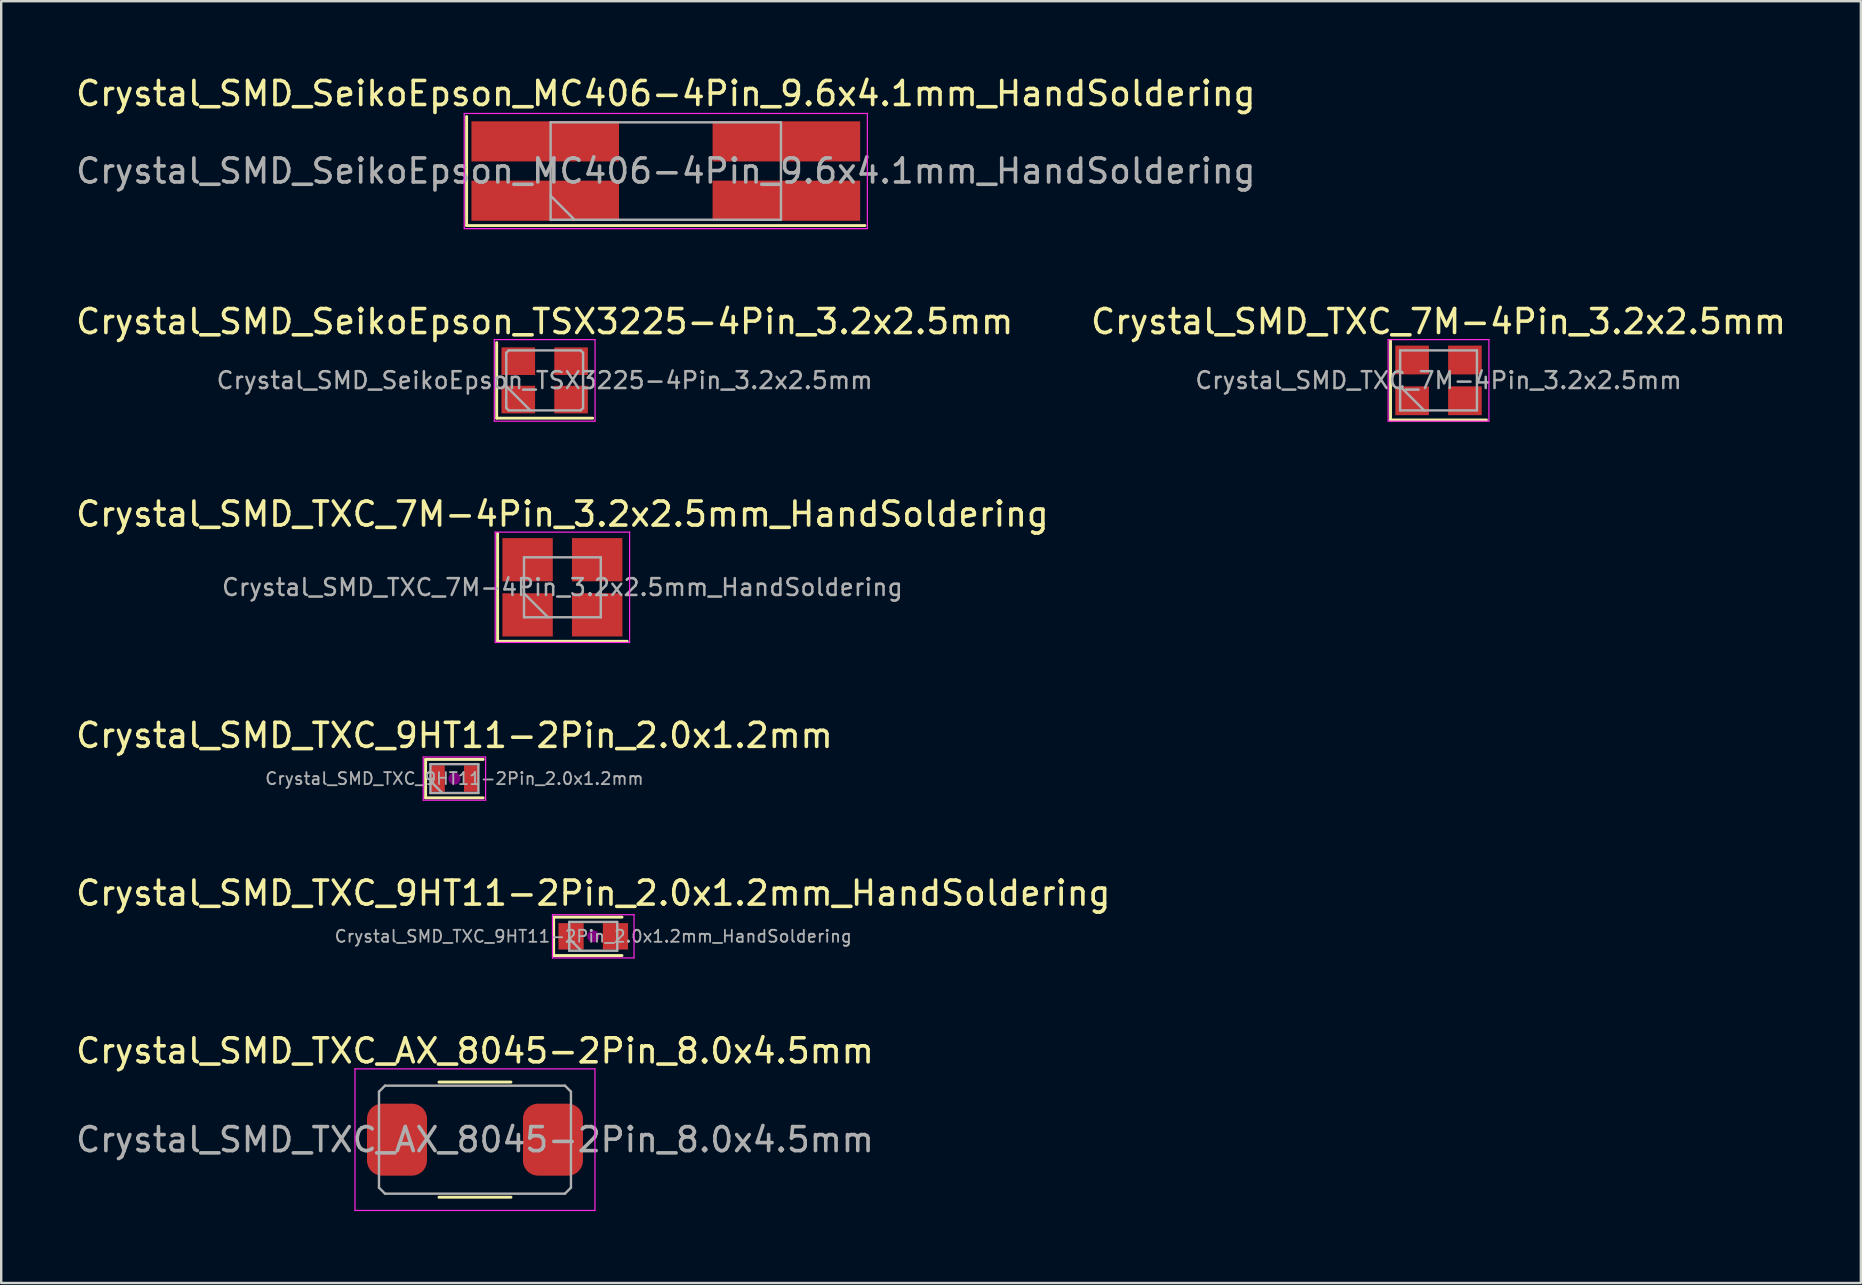
<source format=kicad_pcb>
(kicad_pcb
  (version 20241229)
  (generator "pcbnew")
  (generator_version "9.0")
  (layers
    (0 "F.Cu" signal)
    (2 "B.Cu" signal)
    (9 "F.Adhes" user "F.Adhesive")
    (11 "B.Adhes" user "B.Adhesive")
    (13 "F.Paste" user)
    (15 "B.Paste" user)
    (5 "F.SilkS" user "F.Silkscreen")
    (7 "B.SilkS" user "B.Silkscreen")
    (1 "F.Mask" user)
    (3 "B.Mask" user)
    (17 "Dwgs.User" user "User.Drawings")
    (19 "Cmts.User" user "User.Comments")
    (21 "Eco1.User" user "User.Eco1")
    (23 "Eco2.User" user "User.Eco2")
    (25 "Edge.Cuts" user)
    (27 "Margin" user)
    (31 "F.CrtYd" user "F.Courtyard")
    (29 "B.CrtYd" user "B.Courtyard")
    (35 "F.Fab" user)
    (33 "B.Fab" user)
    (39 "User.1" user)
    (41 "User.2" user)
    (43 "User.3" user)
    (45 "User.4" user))
  (footprint "Crystal_SMD_TXC_AX_8045-2Pin_8.0x4.5mm"
    (layer "F.Cu")
    (at 16.744 44.444)
    (property "Reference" "Crystal_SMD_TXC_AX_8045-2Pin_8.0x4.5mm" (at 0 -3.7 0) (layer "F.SilkS") (effects (font (size 1 1) (thickness 0.15))))
    (attr smd)
    (fp_line (start -1.5 2.4) (end 1.5 2.4) (stroke (width 0.12) (type solid)) (layer "F.SilkS"))
    (fp_line (start 1.5 -2.4) (end -1.5 -2.4) (stroke (width 0.12) (type solid)) (layer "F.SilkS"))
    (fp_line (start -5 -2.95) (end -5 2.95) (stroke (width 0.05) (type solid)) (layer "F.CrtYd"))
    (fp_line (start -5 2.95) (end 5 2.95) (stroke (width 0.05) (type solid)) (layer "F.CrtYd"))
    (fp_line (start 5 -2.95) (end -5 -2.95) (stroke (width 0.05) (type solid)) (layer "F.CrtYd"))
    (fp_line (start 5 2.95) (end 5 -2.95) (stroke (width 0.05) (type solid)) (layer "F.CrtYd"))
    (fp_line (start -4 -2) (end -3.75 -2.25) (stroke (width 0.1) (type solid)) (layer "F.Fab"))
    (fp_line (start -4 2) (end -4 -2) (stroke (width 0.1) (type solid)) (layer "F.Fab"))
    (fp_line (start -3.75 -2.25) (end 3.75 -2.25) (stroke (width 0.1) (type solid)) (layer "F.Fab"))
    (fp_line (start -3.75 2.25) (end -4 2) (stroke (width 0.1) (type solid)) (layer "F.Fab"))
    (fp_line (start 3.75 -2.25) (end 4 -2) (stroke (width 0.1) (type solid)) (layer "F.Fab"))
    (fp_line (start 3.75 2.25) (end -3.75 2.25) (stroke (width 0.1) (type solid)) (layer "F.Fab"))
    (fp_line (start 3.75 2.25) (end 4 2) (stroke (width 0.1) (type solid)) (layer "F.Fab"))
    (fp_line (start 4 -2) (end 4 2) (stroke (width 0.1) (type solid)) (layer "F.Fab"))
    (fp_text user "${REFERENCE}" (at 0 0 0) (layer "F.Fab") (effects (font (size 1 1) (thickness 0.15))))
    (pad "1" smd roundrect (at -3.25 0) (size 2.5 3) (layers "F.Cu" "F.Mask" "F.Paste") (roundrect_rratio 0.25))
    (pad "2" smd roundrect (at 3.25 0) (size 2.5 3) (layers "F.Cu" "F.Mask" "F.Paste") (roundrect_rratio 0.25)))
  (footprint "Crystal_SMD_TXC_7M-4Pin_3.2x2.5mm"
    (layer "F.Cu")
    (at 56.899 12.802)
    (property "Reference" "Crystal_SMD_TXC_7M-4Pin_3.2x2.5mm" (at 0 -2.45 0) (layer "F.SilkS") (effects (font (size 1 1) (thickness 0.15))))
    (attr smd)
    (fp_line (start -2 -1.65) (end -2 1.65) (stroke (width 0.12) (type solid)) (layer "F.SilkS"))
    (fp_line (start -2 1.65) (end 2 1.65) (stroke (width 0.12) (type solid)) (layer "F.SilkS"))
    (fp_line (start -2.1 -1.7) (end -2.1 1.7) (stroke (width 0.05) (type solid)) (layer "F.CrtYd"))
    (fp_line (start -2.1 1.7) (end 2.1 1.7) (stroke (width 0.05) (type solid)) (layer "F.CrtYd"))
    (fp_line (start 2.1 -1.7) (end -2.1 -1.7) (stroke (width 0.05) (type solid)) (layer "F.CrtYd"))
    (fp_line (start 2.1 1.7) (end 2.1 -1.7) (stroke (width 0.05) (type solid)) (layer "F.CrtYd"))
    (fp_line (start -1.6 -1.25) (end -1.6 1.25) (stroke (width 0.1) (type solid)) (layer "F.Fab"))
    (fp_line (start -1.6 0.25) (end -0.6 1.25) (stroke (width 0.1) (type solid)) (layer "F.Fab"))
    (fp_line (start -1.6 1.25) (end 1.6 1.25) (stroke (width 0.1) (type solid)) (layer "F.Fab"))
    (fp_line (start 1.6 -1.25) (end -1.6 -1.25) (stroke (width 0.1) (type solid)) (layer "F.Fab"))
    (fp_line (start 1.6 1.25) (end 1.6 -1.25) (stroke (width 0.1) (type solid)) (layer "F.Fab"))
    (fp_text user "${REFERENCE}" (at 0 0 0) (layer "F.Fab") (effects (font (size 0.7 0.7) (thickness 0.105))))
    (pad "1" smd rect (at -1.1 0.85) (size 1.4 1.2) (layers "F.Cu" "F.Mask" "F.Paste"))
    (pad "2" smd rect (at 1.1 0.85) (size 1.4 1.2) (layers "F.Cu" "F.Mask" "F.Paste"))
    (pad "3" smd rect (at 1.1 -0.85) (size 1.4 1.2) (layers "F.Cu" "F.Mask" "F.Paste"))
    (pad "4" smd rect (at -1.1 -0.85) (size 1.4 1.2) (layers "F.Cu" "F.Mask" "F.Paste")))
  (footprint "Crystal_SMD_SeikoEpson_TSX3225-4Pin_3.2x2.5mm"
    (layer "F.Cu")
    (at 19.649 12.802)
    (property "Reference" "Crystal_SMD_SeikoEpson_TSX3225-4Pin_3.2x2.5mm" (at 0 -2.45 0) (layer "F.SilkS") (effects (font (size 1 1) (thickness 0.15))))
    (attr smd)
    (fp_line (start -2 -1.575) (end -2 1.575) (stroke (width 0.12) (type solid)) (layer "F.SilkS"))
    (fp_line (start -2 1.575) (end 2 1.575) (stroke (width 0.12) (type solid)) (layer "F.SilkS"))
    (fp_line (start -2.1 -1.7) (end -2.1 1.7) (stroke (width 0.05) (type solid)) (layer "F.CrtYd"))
    (fp_line (start -2.1 1.7) (end 2.1 1.7) (stroke (width 0.05) (type solid)) (layer "F.CrtYd"))
    (fp_line (start 2.1 -1.7) (end -2.1 -1.7) (stroke (width 0.05) (type solid)) (layer "F.CrtYd"))
    (fp_line (start 2.1 1.7) (end 2.1 -1.7) (stroke (width 0.05) (type solid)) (layer "F.CrtYd"))
    (fp_line (start -1.6 -1.15) (end -1.5 -1.25) (stroke (width 0.1) (type solid)) (layer "F.Fab"))
    (fp_line (start -1.6 0.25) (end -0.6 1.25) (stroke (width 0.1) (type solid)) (layer "F.Fab"))
    (fp_line (start -1.6 1.15) (end -1.6 -1.15) (stroke (width 0.1) (type solid)) (layer "F.Fab"))
    (fp_line (start -1.5 -1.25) (end 1.5 -1.25) (stroke (width 0.1) (type solid)) (layer "F.Fab"))
    (fp_line (start -1.5 1.25) (end -1.6 1.15) (stroke (width 0.1) (type solid)) (layer "F.Fab"))
    (fp_line (start 1.5 -1.25) (end 1.6 -1.15) (stroke (width 0.1) (type solid)) (layer "F.Fab"))
    (fp_line (start 1.5 1.25) (end -1.5 1.25) (stroke (width 0.1) (type solid)) (layer "F.Fab"))
    (fp_line (start 1.6 -1.15) (end 1.6 1.15) (stroke (width 0.1) (type solid)) (layer "F.Fab"))
    (fp_line (start 1.6 1.15) (end 1.5 1.25) (stroke (width 0.1) (type solid)) (layer "F.Fab"))
    (fp_text user "${REFERENCE}" (at 0 0 0) (layer "F.Fab") (effects (font (size 0.7 0.7) (thickness 0.105))))
    (pad "1" smd rect (at -1.1 0.8) (size 1.4 1.15) (layers "F.Cu" "F.Mask" "F.Paste"))
    (pad "2" smd rect (at 1.1 0.8) (size 1.4 1.15) (layers "F.Cu" "F.Mask" "F.Paste"))
    (pad "3" smd rect (at 1.1 -0.8) (size 1.4 1.15) (layers "F.Cu" "F.Mask" "F.Paste"))
    (pad "4" smd rect (at -1.1 -0.8) (size 1.4 1.15) (layers "F.Cu" "F.Mask" "F.Paste")))
  (footprint "Crystal_SMD_SeikoEpson_MC406-4Pin_9.6x4.1mm_HandSoldering"
    (layer "F.Cu")
    (at 24.696 4.078)
    (property "Reference" "Crystal_SMD_SeikoEpson_MC406-4Pin_9.6x4.1mm_HandSoldering" (at 0 -3.23 0) (layer "F.SilkS") (effects (font (size 1 1) (thickness 0.15))))
    (attr smd)
    (fp_line (start -8.3 -2.272) (end -8.3 2.272) (stroke (width 0.12) (type solid)) (layer "F.SilkS"))
    (fp_line (start -8.3 2.272) (end 8.3 2.272) (stroke (width 0.12) (type solid)) (layer "F.SilkS"))
    (fp_line (start -8.4 -2.4) (end -8.4 2.4) (stroke (width 0.05) (type solid)) (layer "F.CrtYd"))
    (fp_line (start -8.4 2.4) (end 8.4 2.4) (stroke (width 0.05) (type solid)) (layer "F.CrtYd"))
    (fp_line (start 8.4 -2.4) (end -8.4 -2.4) (stroke (width 0.05) (type solid)) (layer "F.CrtYd"))
    (fp_line (start 8.4 2.4) (end 8.4 -2.4) (stroke (width 0.05) (type solid)) (layer "F.CrtYd"))
    (fp_line (start -4.8 -2.03) (end -4.8 2.03) (stroke (width 0.1) (type solid)) (layer "F.Fab"))
    (fp_line (start -4.8 1.03) (end -3.8 2.03) (stroke (width 0.1) (type solid)) (layer "F.Fab"))
    (fp_line (start -4.8 2.03) (end 4.8 2.03) (stroke (width 0.1) (type solid)) (layer "F.Fab"))
    (fp_line (start 4.8 -2.03) (end -4.8 -2.03) (stroke (width 0.1) (type solid)) (layer "F.Fab"))
    (fp_line (start 4.8 2.03) (end 4.8 -2.03) (stroke (width 0.1) (type solid)) (layer "F.Fab"))
    (fp_text user "${REFERENCE}" (at 0 0 0) (layer "F.Fab") (effects (font (size 1 1) (thickness 0.15))))
    (pad "1" smd rect (at -5.025 1.236) (size 6.15 1.672) (layers "F.Cu" "F.Mask" "F.Paste"))
    (pad "2" smd rect (at 5.025 1.236) (size 6.15 1.672) (layers "F.Cu" "F.Mask" "F.Paste"))
    (pad "3" smd rect (at 5.025 -1.236) (size 6.15 1.672) (layers "F.Cu" "F.Mask" "F.Paste"))
    (pad "4" smd rect (at -5.025 -1.236) (size 6.15 1.672) (layers "F.Cu" "F.Mask" "F.Paste")))
  (footprint "Crystal_SMD_TXC_7M-4Pin_3.2x2.5mm_HandSoldering"
    (layer "F.Cu")
    (at 20.387 21.425)
    (property "Reference" "Crystal_SMD_TXC_7M-4Pin_3.2x2.5mm_HandSoldering" (at 0 -3.05 0) (layer "F.SilkS") (effects (font (size 1 1) (thickness 0.15))))
    (attr smd)
    (fp_line (start -2.7 -2.25) (end -2.7 2.25) (stroke (width 0.12) (type solid)) (layer "F.SilkS"))
    (fp_line (start -2.7 2.25) (end 2.7 2.25) (stroke (width 0.12) (type solid)) (layer "F.SilkS"))
    (fp_line (start -2.8 -2.3) (end -2.8 2.3) (stroke (width 0.05) (type solid)) (layer "F.CrtYd"))
    (fp_line (start -2.8 2.3) (end 2.8 2.3) (stroke (width 0.05) (type solid)) (layer "F.CrtYd"))
    (fp_line (start 2.8 -2.3) (end -2.8 -2.3) (stroke (width 0.05) (type solid)) (layer "F.CrtYd"))
    (fp_line (start 2.8 2.3) (end 2.8 -2.3) (stroke (width 0.05) (type solid)) (layer "F.CrtYd"))
    (fp_line (start -1.6 -1.25) (end -1.6 1.25) (stroke (width 0.1) (type solid)) (layer "F.Fab"))
    (fp_line (start -1.6 0.25) (end -0.6 1.25) (stroke (width 0.1) (type solid)) (layer "F.Fab"))
    (fp_line (start -1.6 1.25) (end 1.6 1.25) (stroke (width 0.1) (type solid)) (layer "F.Fab"))
    (fp_line (start 1.6 -1.25) (end -1.6 -1.25) (stroke (width 0.1) (type solid)) (layer "F.Fab"))
    (fp_line (start 1.6 1.25) (end 1.6 -1.25) (stroke (width 0.1) (type solid)) (layer "F.Fab"))
    (fp_text user "${REFERENCE}" (at 0 0 0) (layer "F.Fab") (effects (font (size 0.7 0.7) (thickness 0.105))))
    (pad "1" smd rect (at -1.45 1.15) (size 2.1 1.8) (layers "F.Cu" "F.Mask" "F.Paste"))
    (pad "2" smd rect (at 1.45 1.15) (size 2.1 1.8) (layers "F.Cu" "F.Mask" "F.Paste"))
    (pad "3" smd rect (at 1.45 -1.15) (size 2.1 1.8) (layers "F.Cu" "F.Mask" "F.Paste"))
    (pad "4" smd rect (at -1.45 -1.15) (size 2.1 1.8) (layers "F.Cu" "F.Mask" "F.Paste")))
  (footprint "Crystal_SMD_TXC_9HT11-2Pin_2.0x1.2mm"
    (layer "F.Cu")
    (at 15.887 29.398)
    (property "Reference" "Crystal_SMD_TXC_9HT11-2Pin_2.0x1.2mm" (at 0 -1.8 0) (layer "F.SilkS") (effects (font (size 1 1) (thickness 0.15))))
    (attr smd)
    (fp_line (start -1.2 -0.8) (end -1.2 0.8) (stroke (width 0.12) (type solid)) (layer "F.SilkS"))
    (fp_line (start -1.2 0.8) (end 1.2 0.8) (stroke (width 0.12) (type solid)) (layer "F.SilkS"))
    (fp_line (start 1.2 -0.8) (end -1.2 -0.8) (stroke (width 0.12) (type solid)) (layer "F.SilkS"))
    (fp_circle (center 0 0) (end 0.047 0) (stroke (width 0.093) (type solid)) (fill no) (layer "F.Adhes"))
    (fp_circle (center 0 0) (end 0.107 0) (stroke (width 0.067) (type solid)) (fill no) (layer "F.Adhes"))
    (fp_circle (center 0 0) (end 0.167 0) (stroke (width 0.067) (type solid)) (fill no) (layer "F.Adhes"))
    (fp_circle (center 0 0) (end 0.2 0) (stroke (width 0.1) (type solid)) (fill no) (layer "F.Adhes"))
    (fp_line (start -1.3 -0.9) (end -1.3 0.9) (stroke (width 0.05) (type solid)) (layer "F.CrtYd"))
    (fp_line (start -1.3 0.9) (end 1.3 0.9) (stroke (width 0.05) (type solid)) (layer "F.CrtYd"))
    (fp_line (start 1.3 -0.9) (end -1.3 -0.9) (stroke (width 0.05) (type solid)) (layer "F.CrtYd"))
    (fp_line (start 1.3 0.9) (end 1.3 -0.9) (stroke (width 0.05) (type solid)) (layer "F.CrtYd"))
    (fp_line (start -1 -0.6) (end -1 0.6) (stroke (width 0.1) (type solid)) (layer "F.Fab"))
    (fp_line (start -1 0.1) (end -0.5 0.6) (stroke (width 0.1) (type solid)) (layer "F.Fab"))
    (fp_line (start -1 0.6) (end 1 0.6) (stroke (width 0.1) (type solid)) (layer "F.Fab"))
    (fp_line (start 1 -0.6) (end -1 -0.6) (stroke (width 0.1) (type solid)) (layer "F.Fab"))
    (fp_line (start 1 0.6) (end 1 -0.6) (stroke (width 0.1) (type solid)) (layer "F.Fab"))
    (fp_text user "${REFERENCE}" (at 0 0 0) (layer "F.Fab") (effects (font (size 0.5 0.5) (thickness 0.075))))
    (pad "1" smd rect (at -0.7 0) (size 0.6 1.1) (layers "F.Cu" "F.Mask" "F.Paste"))
    (pad "2" smd rect (at 0.7 0) (size 0.6 1.1) (layers "F.Cu" "F.Mask" "F.Paste")))
  (footprint "Crystal_SMD_TXC_9HT11-2Pin_2.0x1.2mm_HandSoldering"
    (layer "F.Cu")
    (at 21.673 35.971)
    (property "Reference" "Crystal_SMD_TXC_9HT11-2Pin_2.0x1.2mm_HandSoldering" (at 0 -1.8 0) (layer "F.SilkS") (effects (font (size 1 1) (thickness 0.15))))
    (attr smd)
    (fp_line (start -1.65 -0.8) (end -1.65 0.8) (stroke (width 0.12) (type solid)) (layer "F.SilkS"))
    (fp_line (start -1.65 0.8) (end 1.2 0.8) (stroke (width 0.12) (type solid)) (layer "F.SilkS"))
    (fp_line (start 1.2 -0.8) (end -1.65 -0.8) (stroke (width 0.12) (type solid)) (layer "F.SilkS"))
    (fp_circle (center 0 0) (end 0.047 0) (stroke (width 0.093) (type solid)) (fill no) (layer "F.Adhes"))
    (fp_circle (center 0 0) (end 0.107 0) (stroke (width 0.067) (type solid)) (fill no) (layer "F.Adhes"))
    (fp_circle (center 0 0) (end 0.167 0) (stroke (width 0.067) (type solid)) (fill no) (layer "F.Adhes"))
    (fp_circle (center 0 0) (end 0.2 0) (stroke (width 0.1) (type solid)) (fill no) (layer "F.Adhes"))
    (fp_line (start -1.7 -0.9) (end -1.7 0.9) (stroke (width 0.05) (type solid)) (layer "F.CrtYd"))
    (fp_line (start -1.7 0.9) (end 1.7 0.9) (stroke (width 0.05) (type solid)) (layer "F.CrtYd"))
    (fp_line (start 1.7 -0.9) (end -1.7 -0.9) (stroke (width 0.05) (type solid)) (layer "F.CrtYd"))
    (fp_line (start 1.7 0.9) (end 1.7 -0.9) (stroke (width 0.05) (type solid)) (layer "F.CrtYd"))
    (fp_line (start -1 -0.6) (end -1 0.6) (stroke (width 0.1) (type solid)) (layer "F.Fab"))
    (fp_line (start -1 0.1) (end -0.5 0.6) (stroke (width 0.1) (type solid)) (layer "F.Fab"))
    (fp_line (start -1 0.6) (end 1 0.6) (stroke (width 0.1) (type solid)) (layer "F.Fab"))
    (fp_line (start 1 -0.6) (end -1 -0.6) (stroke (width 0.1) (type solid)) (layer "F.Fab"))
    (fp_line (start 1 0.6) (end 1 -0.6) (stroke (width 0.1) (type solid)) (layer "F.Fab"))
    (fp_text user "${REFERENCE}" (at 0 0 0) (layer "F.Fab") (effects (font (size 0.5 0.5) (thickness 0.075))))
    (pad "1" smd rect (at -0.925 0) (size 1.05 1.1) (layers "F.Cu" "F.Mask" "F.Paste"))
    (pad "2" smd rect (at 0.925 0) (size 1.05 1.1) (layers "F.Cu" "F.Mask" "F.Paste")))
  (gr_rect
    (start -3 -3)
    (end 74.5 50.419)
    (stroke (width 0.1) (type default))
    (fill no)
    (layer "Edge.Cuts")))
</source>
